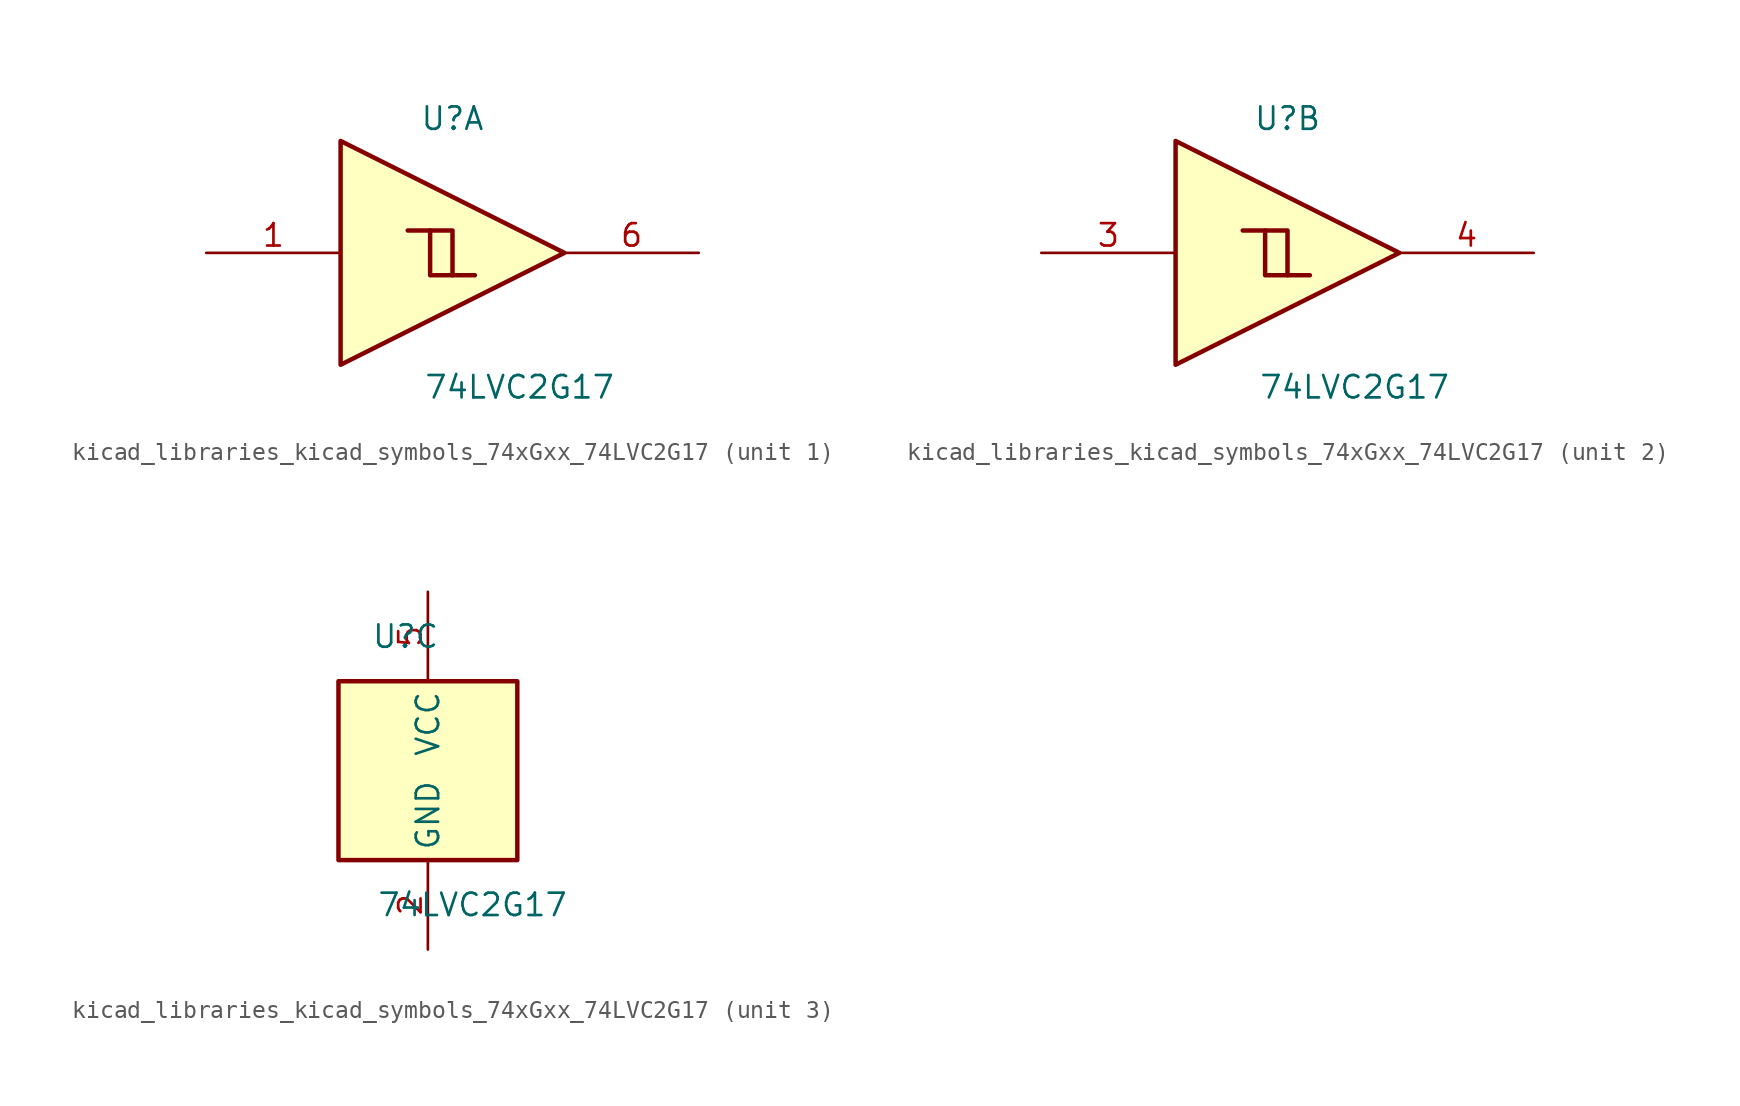
<source format=kicad_sym>
(kicad_symbol_lib
  (version 20220914)
  (generator kicad_symbol_editor)
  (symbol "kicad_libraries_kicad_symbols_74xGxx_74LVC2G17"
    (property "Reference" "U"
      (at -1.27 7.62 0)
      (effects (font (size 1.27 1.27))))
    (property "Value" "74LVC2G17"
      (at 2.54 -7.62 0)
      (effects (font (size 1.27 1.27))))
    (symbol "kicad_libraries_kicad_symbols_74xGxx_74LVC2G17_1_1"
      (polyline (pts (xy -2.54 1.27) (xy -1.27 1.27) (xy -1.27 -1.27)) (stroke (width 0.254) (type default)) (fill (type background)))
      (polyline (pts (xy -7.62 6.35) (xy -7.62 -6.35) (xy 5.08 0) (xy -7.62 6.35)) (stroke (width 0.254) (type default)) (fill (type background)))
      (polyline (pts (xy -3.81 1.27) (xy -2.54 1.27) (xy -2.54 -1.27) (xy 0 -1.27)) (stroke (width 0.254) (type default)) (fill (type background)))
      (pin input line (at -15.24 0 0) (length 7.62) (name "~" (effects (font (size 1.27 1.27)))) (number "1" (effects (font (size 1.27 1.27)))))
      (pin output line (at 12.7 0 180) (length 7.62) (name "~" (effects (font (size 1.27 1.27)))) (number "6" (effects (font (size 1.27 1.27))))))
    (symbol "kicad_libraries_kicad_symbols_74xGxx_74LVC2G17_2_1"
      (polyline (pts (xy -2.54 1.27) (xy -1.27 1.27) (xy -1.27 -1.27)) (stroke (width 0.254) (type default)) (fill (type background)))
      (polyline (pts (xy -7.62 6.35) (xy -7.62 -6.35) (xy 5.08 0) (xy -7.62 6.35)) (stroke (width 0.254) (type default)) (fill (type background)))
      (polyline (pts (xy -3.81 1.27) (xy -2.54 1.27) (xy -2.54 -1.27) (xy 0 -1.27)) (stroke (width 0.254) (type default)) (fill (type background)))
      (pin input line (at -15.24 0 0) (length 7.62) (name "~" (effects (font (size 1.27 1.27)))) (number "3" (effects (font (size 1.27 1.27)))))
      (pin output line (at 12.7 0 180) (length 7.62) (name "~" (effects (font (size 1.27 1.27)))) (number "4" (effects (font (size 1.27 1.27))))))
    (symbol "kicad_libraries_kicad_symbols_74xGxx_74LVC2G17_3_0"
      (rectangle (start -5.08 -5.08) (end 5.08 5.08) (stroke (width 0.254) (type default)) (fill (type background))))
    (symbol "kicad_libraries_kicad_symbols_74xGxx_74LVC2G17_3_1"
      (pin power_in line (at 0 -10.16 90) (length 5.08) (name "GND" (effects (font (size 1.27 1.27)))) (number "2" (effects (font (size 1.27 1.27)))))
      (pin power_in line (at 0 10.16 270) (length 5.08) (name "VCC" (effects (font (size 1.27 1.27)))) (number "5" (effects (font (size 1.27 1.27))))))))
</source>
